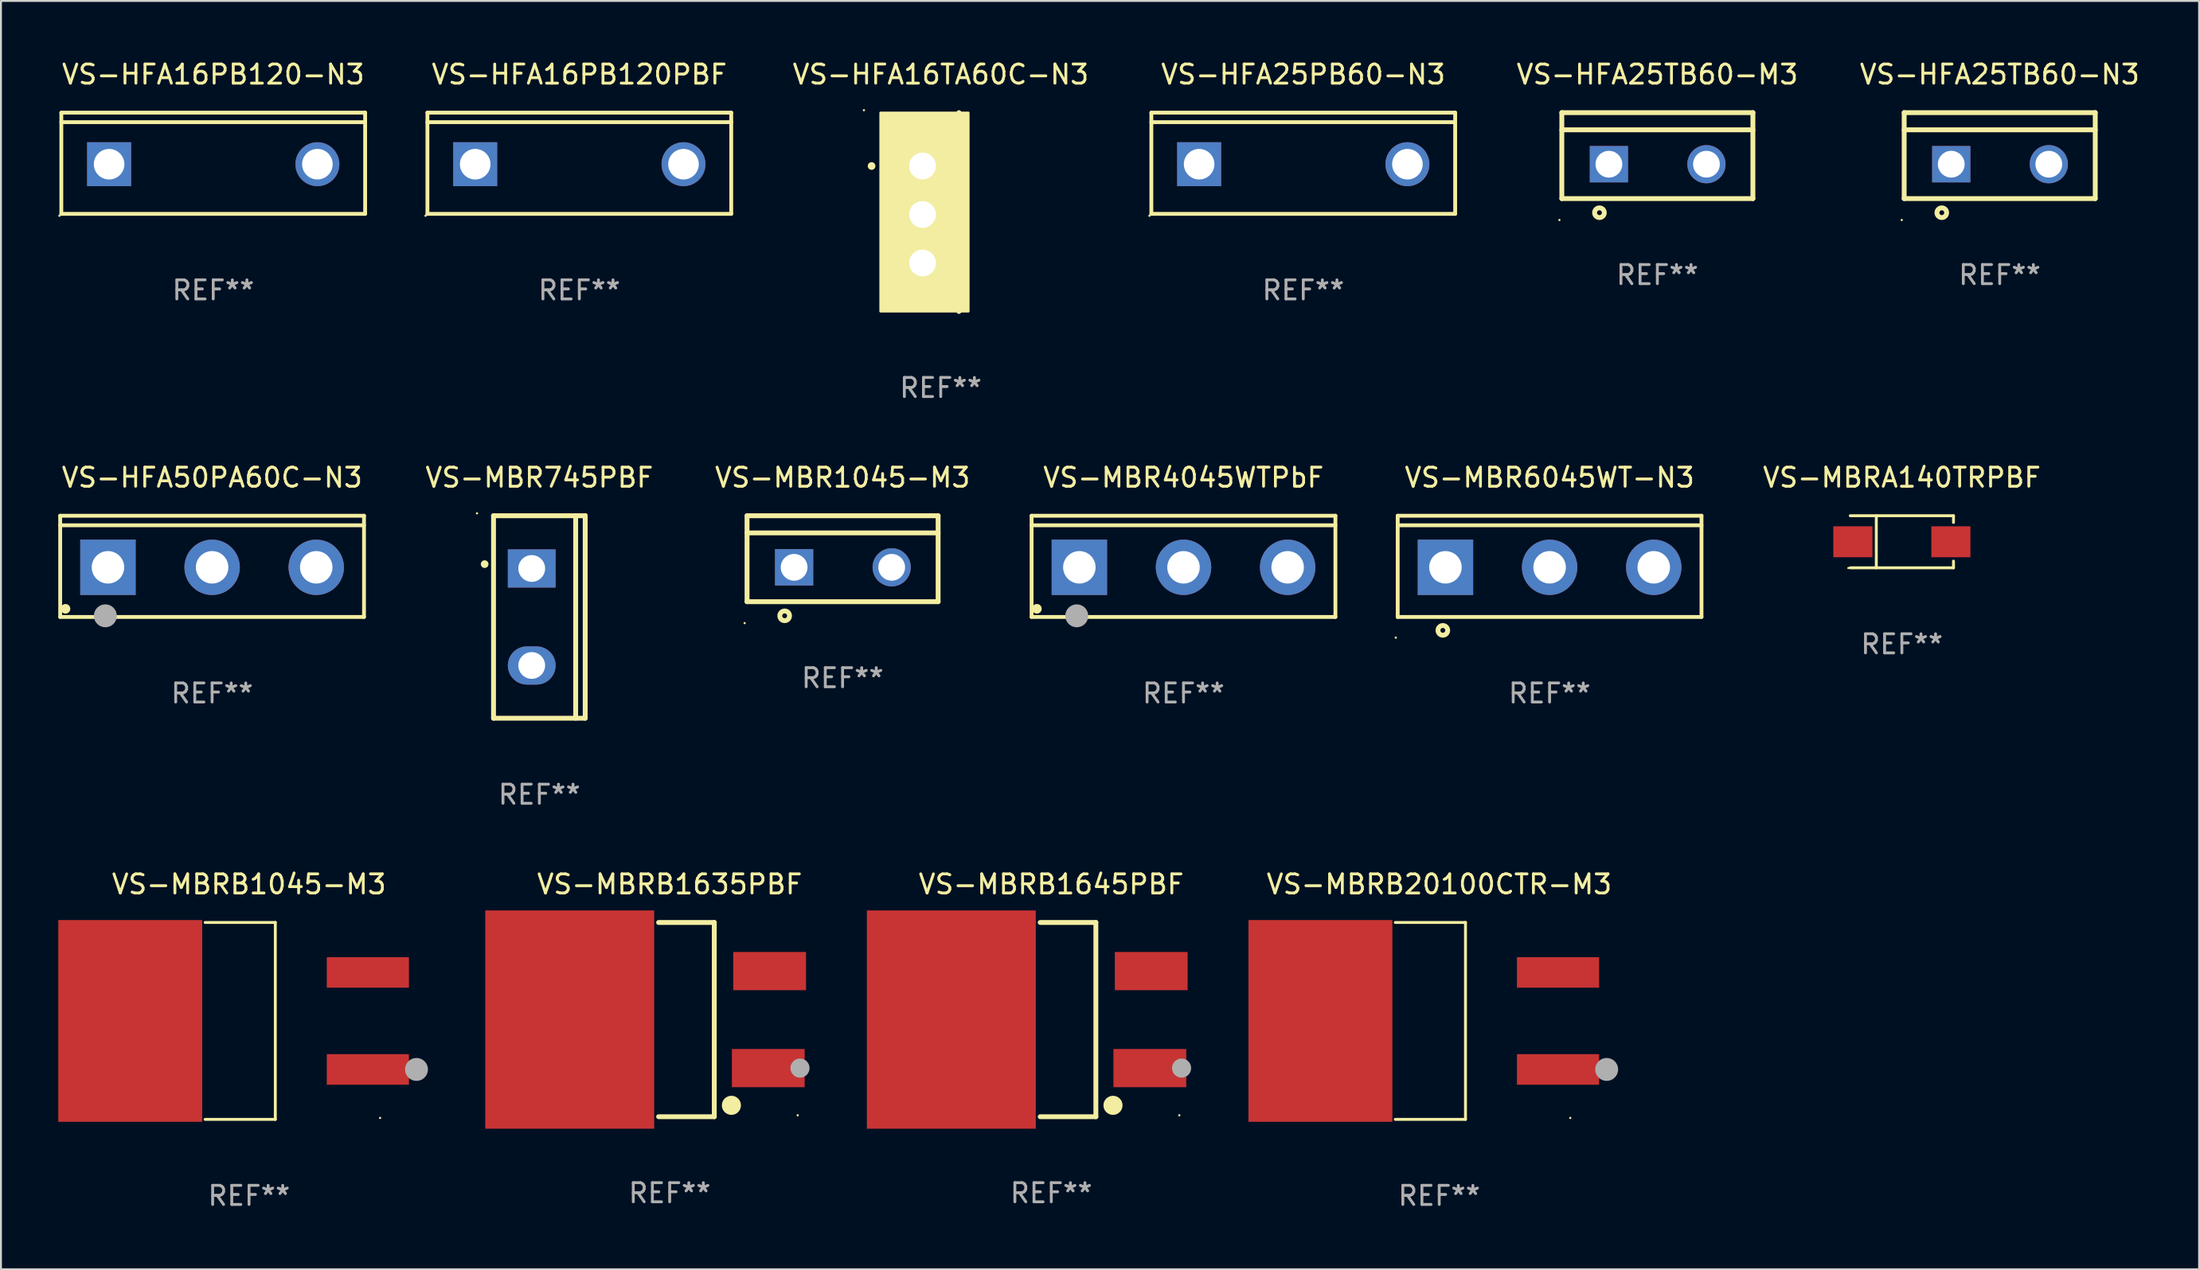
<source format=kicad_pcb>
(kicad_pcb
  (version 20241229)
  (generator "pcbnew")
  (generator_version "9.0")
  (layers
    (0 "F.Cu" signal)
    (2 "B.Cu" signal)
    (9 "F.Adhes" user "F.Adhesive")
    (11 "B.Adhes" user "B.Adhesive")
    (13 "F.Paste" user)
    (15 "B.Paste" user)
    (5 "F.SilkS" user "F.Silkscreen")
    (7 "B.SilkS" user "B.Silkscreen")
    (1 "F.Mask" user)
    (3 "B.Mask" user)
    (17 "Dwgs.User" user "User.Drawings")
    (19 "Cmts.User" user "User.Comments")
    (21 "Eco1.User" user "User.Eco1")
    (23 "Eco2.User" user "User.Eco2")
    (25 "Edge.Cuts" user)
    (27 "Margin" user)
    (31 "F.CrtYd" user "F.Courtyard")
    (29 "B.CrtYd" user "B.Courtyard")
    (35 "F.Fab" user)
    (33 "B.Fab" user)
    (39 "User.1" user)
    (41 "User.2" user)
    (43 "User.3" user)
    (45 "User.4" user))
  (footprint "VS-MBRB1045-M3"
    (layer "F.Cu")
    (at 9.984 50.414)
    (property "Reference" "VS-MBRB1045-M3" (at 0 -7.156 0) (layer "F.SilkS") (effects (font (size 1 1) (thickness 0.15))))
    (attr through_hole)
    (fp_line (start -2.3 -5.156) (end 1.374 -5.156) (stroke (width 0.152) (type solid)) (layer "F.SilkS"))
    (fp_line (start -2.3 5.156) (end 1.374 5.156) (stroke (width 0.152) (type solid)) (layer "F.SilkS"))
    (fp_line (start 1.374 5.156) (end 1.374 -5.156) (stroke (width 0.152) (type solid)) (layer "F.SilkS"))
    (fp_circle (center 6.858 5.08) (end 6.888 5.08) (stroke (width 0.06) (type solid)) (fill no) (layer "F.SilkS"))
    (fp_circle (center 8.763 2.54) (end 9.063 2.54) (stroke (width 0.6) (type solid)) (fill no) (layer "F.Fab"))
    (fp_text user "REF**" (at 0 9.156 0) (layer "F.Fab") (effects (font (size 1 1) (thickness 0.15))))
    (pad "1" smd rect (at 6.218 2.54 180) (size 4.3 1.6) (layers "F.Cu" "F.Mask" "F.Paste"))
    (pad "2" smd rect (at -6.218 0 180) (size 7.532 10.566) (layers "F.Cu" "F.Mask" "F.Paste"))
    (pad "3" smd rect (at 6.218 -2.54 180) (size 4.3 1.6) (layers "F.Cu" "F.Mask" "F.Paste")))
  (footprint "VS-MBR1045-M3"
    (layer "F.Cu")
    (at 41.047 26.209)
    (property "Reference" "VS-MBR1045-M3" (at 0 -4.25 0) (layer "F.SilkS") (effects (font (size 1 1) (thickness 0.15))))
    (attr through_hole)
    (fp_line (start -5 -2.25) (end 5 -2.25) (stroke (width 0.254) (type solid)) (layer "F.SilkS"))
    (fp_line (start -5 -1.351) (end 5 -1.351) (stroke (width 0.254) (type solid)) (layer "F.SilkS"))
    (fp_line (start -5 2.25) (end -5 -2.25) (stroke (width 0.254) (type solid)) (layer "F.SilkS"))
    (fp_line (start -5 2.25) (end 5 2.25) (stroke (width 0.254) (type solid)) (layer "F.SilkS"))
    (fp_line (start 5 2.25) (end 5 -2.25) (stroke (width 0.254) (type solid)) (layer "F.SilkS"))
    (fp_circle (center -5.127 3.371) (end -5.097 3.371) (stroke (width 0.06) (type solid)) (fill no) (layer "F.SilkS"))
    (fp_circle (center -3.031 2.99) (end -2.777 2.99) (stroke (width 0.254) (type solid)) (fill no) (layer "F.SilkS"))
    (fp_text user "REF**" (at 0 6.25 0) (layer "F.Fab") (effects (font (size 1 1) (thickness 0.15))))
    (pad "1" thru_hole rect (at -2.536 0.45 90) (size 1.905 2) (drill 1.4) (layers "*.Cu" "*.Mask"))
    (pad "3" thru_hole circle (at 2.569 0.45) (size 2 2) (drill 1.4) (layers "*.Cu" "*.Mask")))
  (footprint "VS-MBRB1635PBF"
    (layer "F.Cu")
    (at 31.998 50.344)
    (property "Reference" "VS-MBRB1635PBF" (at 0 -7.086 0) (layer "F.SilkS") (effects (font (size 1 1) (thickness 0.15))))
    (attr through_hole)
    (fp_line (start 2.334 -5.086) (end -0.58 -5.086) (stroke (width 0.254) (type solid)) (layer "F.SilkS"))
    (fp_line (start 2.334 -5.086) (end 2.334 5.086) (stroke (width 0.254) (type solid)) (layer "F.SilkS"))
    (fp_line (start 2.334 5.086) (end -0.58 5.086) (stroke (width 0.254) (type solid)) (layer "F.SilkS"))
    (fp_circle (center 3.23 4.49) (end 3.48 4.49) (stroke (width 0.5) (type solid)) (fill no) (layer "F.SilkS"))
    (fp_circle (center 6.7 5.01) (end 6.73 5.01) (stroke (width 0.06) (type solid)) (fill no) (layer "F.SilkS"))
    (fp_circle (center 6.82 2.54) (end 7.07 2.54) (stroke (width 0.5) (type solid)) (fill no) (layer "F.Fab"))
    (fp_text user "REF**" (at 0 9.086 0) (layer "F.Fab") (effects (font (size 1 1) (thickness 0.15))))
    (pad "1" smd rect (at 5.16 2.54) (size 3.81 2) (layers "F.Cu" "F.Mask" "F.Paste"))
    (pad "3" smd rect (at 5.231 -2.54) (size 3.81 2) (layers "F.Cu" "F.Mask" "F.Paste"))
    (pad "4" smd rect (at -5.231 0) (size 8.84 11.43) (layers "F.Cu" "F.Mask" "F.Paste")))
  (footprint "VS-MBRA140TRPBF"
    (layer "F.Cu")
    (at 96.486 25.322)
    (property "Reference" "VS-MBRA140TRPBF" (at 0 -3.364 0) (layer "F.SilkS") (effects (font (size 1 1) (thickness 0.15))))
    (attr through_hole)
    (fp_line (start -2.701 -1.364) (end 2.701 -1.364) (stroke (width 0.152) (type solid)) (layer "F.SilkS"))
    (fp_line (start -2.701 1.364) (end 2.701 1.364) (stroke (width 0.152) (type solid)) (layer "F.SilkS"))
    (fp_line (start -1.339 -1.364) (end -1.339 1.364) (stroke (width 0.152) (type solid)) (layer "F.SilkS"))
    (fp_line (start 2.701 -1.364) (end 2.701 -1.013) (stroke (width 0.152) (type solid)) (layer "F.SilkS"))
    (fp_line (start 2.701 1.364) (end 2.701 1.013) (stroke (width 0.152) (type solid)) (layer "F.SilkS"))
    (fp_circle (center -2.8 1.375) (end -2.77 1.375) (stroke (width 0.06) (type solid)) (fill no) (layer "F.SilkS"))
    (fp_text user "REF**" (at 0 5.364 0) (layer "F.Fab") (effects (font (size 1 1) (thickness 0.15))))
    (pad "1" smd rect (at -2.565 -0.000025) (size 2.046 1.62) (layers "F.Cu" "F.Mask" "F.Paste"))
    (pad "2" smd rect (at 2.565 -0.000025) (size 2.046 1.62) (layers "F.Cu" "F.Mask" "F.Paste")))
  (footprint "VS-MBR6045WT-N3"
    (layer "F.Cu")
    (at 78.049 26.609)
    (property "Reference" "VS-MBR6045WT-N3" (at 0 -4.65 0) (layer "F.SilkS") (effects (font (size 1 1) (thickness 0.15))))
    (attr through_hole)
    (fp_line (start -7.95 -2.65) (end -7.95 2.65) (stroke (width 0.2) (type solid)) (layer "F.SilkS"))
    (fp_line (start -7.95 -2.15) (end 7.95 -2.15) (stroke (width 0.2) (type solid)) (layer "F.SilkS"))
    (fp_line (start -7.95 2.65) (end 7.95 2.65) (stroke (width 0.2) (type solid)) (layer "F.SilkS"))
    (fp_line (start 7.95 -2.65) (end -7.95 -2.65) (stroke (width 0.2) (type solid)) (layer "F.SilkS"))
    (fp_line (start 7.95 2.65) (end 7.95 -2.65) (stroke (width 0.2) (type solid)) (layer "F.SilkS"))
    (fp_circle (center -8.05 3.733) (end -8.02 3.733) (stroke (width 0.06) (type solid)) (fill no) (layer "F.SilkS"))
    (fp_circle (center -5.587 3.352) (end -5.333 3.352) (stroke (width 0.254) (type solid)) (fill no) (layer "F.SilkS"))
    (fp_text user "REF**" (at 0 6.65 0) (layer "F.Fab") (effects (font (size 1 1) (thickness 0.15))))
    (pad "1" thru_hole rect (at -5.45 0.05) (size 2.9 2.9) (drill 1.7) (layers "*.Cu" "*.Mask"))
    (pad "2" thru_hole circle (at 0.001 0.05) (size 2.9 2.9) (drill 1.7) (layers "*.Cu" "*.Mask"))
    (pad "3" thru_hole circle (at 5.451 0.05) (size 2.9 2.9) (drill 1.7) (layers "*.Cu" "*.Mask")))
  (footprint "VS-MBRB1645PBF"
    (layer "F.Cu")
    (at 51.969 50.344)
    (property "Reference" "VS-MBRB1645PBF" (at 0 -7.086 0) (layer "F.SilkS") (effects (font (size 1 1) (thickness 0.15))))
    (attr through_hole)
    (fp_line (start 2.334 -5.086) (end -0.58 -5.086) (stroke (width 0.254) (type solid)) (layer "F.SilkS"))
    (fp_line (start 2.334 -5.086) (end 2.334 5.086) (stroke (width 0.254) (type solid)) (layer "F.SilkS"))
    (fp_line (start 2.334 5.086) (end -0.58 5.086) (stroke (width 0.254) (type solid)) (layer "F.SilkS"))
    (fp_circle (center 3.23 4.49) (end 3.48 4.49) (stroke (width 0.5) (type solid)) (fill no) (layer "F.SilkS"))
    (fp_circle (center 6.7 5.01) (end 6.73 5.01) (stroke (width 0.06) (type solid)) (fill no) (layer "F.SilkS"))
    (fp_circle (center 6.82 2.54) (end 7.07 2.54) (stroke (width 0.5) (type solid)) (fill no) (layer "F.Fab"))
    (fp_text user "REF**" (at 0 9.086 0) (layer "F.Fab") (effects (font (size 1 1) (thickness 0.15))))
    (pad "1" smd rect (at 5.16 2.54) (size 3.81 2) (layers "F.Cu" "F.Mask" "F.Paste"))
    (pad "3" smd rect (at 5.231 -2.54) (size 3.81 2) (layers "F.Cu" "F.Mask" "F.Paste"))
    (pad "4" smd rect (at -5.231 0) (size 8.84 11.43) (layers "F.Cu" "F.Mask" "F.Paste")))
  (footprint "VS-HFA16PB120-N3"
    (layer "F.Cu")
    (at 8.11 5.499)
    (property "Reference" "VS-HFA16PB120-N3" (at 0 -4.65 0) (layer "F.SilkS") (effects (font (size 1 1) (thickness 0.15))))
    (attr through_hole)
    (fp_line (start -7.95 -2.65) (end -7.95 2.65) (stroke (width 0.2) (type solid)) (layer "F.SilkS"))
    (fp_line (start -7.95 -2.15) (end 7.95 -2.15) (stroke (width 0.2) (type solid)) (layer "F.SilkS"))
    (fp_line (start -7.95 2.65) (end 7.95 2.65) (stroke (width 0.2) (type solid)) (layer "F.SilkS"))
    (fp_line (start 7.95 -2.65) (end -7.95 -2.65) (stroke (width 0.2) (type solid)) (layer "F.SilkS"))
    (fp_line (start 7.95 2.65) (end 7.95 -2.65) (stroke (width 0.2) (type solid)) (layer "F.SilkS"))
    (fp_circle (center -8.05 2.75) (end -8.02 2.75) (stroke (width 0.06) (type solid)) (fill no) (layer "F.SilkS"))
    (fp_text user "REF**" (at 0 6.65 0) (layer "F.Fab") (effects (font (size 1 1) (thickness 0.15))))
    (pad "1" thru_hole rect (at -5.45 0.05) (size 2.3 2.3) (drill 1.6) (layers "*.Cu" "*.Mask"))
    (pad "2" thru_hole circle (at 5.451 0.05) (size 2.3 2.3) (drill 1.6) (layers "*.Cu" "*.Mask")))
  (footprint "VS-HFA16PB120PBF"
    (layer "F.Cu")
    (at 27.27 5.499)
    (property "Reference" "VS-HFA16PB120PBF" (at 0 -4.65 0) (layer "F.SilkS") (effects (font (size 1 1) (thickness 0.15))))
    (attr through_hole)
    (fp_line (start -7.95 -2.65) (end -7.95 2.65) (stroke (width 0.2) (type solid)) (layer "F.SilkS"))
    (fp_line (start -7.95 -2.15) (end 7.95 -2.15) (stroke (width 0.2) (type solid)) (layer "F.SilkS"))
    (fp_line (start -7.95 2.65) (end 7.95 2.65) (stroke (width 0.2) (type solid)) (layer "F.SilkS"))
    (fp_line (start 7.95 -2.65) (end -7.95 -2.65) (stroke (width 0.2) (type solid)) (layer "F.SilkS"))
    (fp_line (start 7.95 2.65) (end 7.95 -2.65) (stroke (width 0.2) (type solid)) (layer "F.SilkS"))
    (fp_circle (center -8.05 2.75) (end -8.02 2.75) (stroke (width 0.06) (type solid)) (fill no) (layer "F.SilkS"))
    (fp_text user "REF**" (at 0 6.65 0) (layer "F.Fab") (effects (font (size 1 1) (thickness 0.15))))
    (pad "1" thru_hole rect (at -5.45 0.05) (size 2.3 2.3) (drill 1.6) (layers "*.Cu" "*.Mask"))
    (pad "3" thru_hole circle (at 5.451 0.05) (size 2.3 2.3) (drill 1.6) (layers "*.Cu" "*.Mask")))
  (footprint "VS-MBRB20100CTR-M3"
    (layer "F.Cu")
    (at 72.273 50.414)
    (property "Reference" "VS-MBRB20100CTR-M3" (at 0 -7.156 0) (layer "F.SilkS") (effects (font (size 1 1) (thickness 0.15))))
    (attr through_hole)
    (fp_line (start -2.3 -5.156) (end 1.374 -5.156) (stroke (width 0.152) (type solid)) (layer "F.SilkS"))
    (fp_line (start -2.3 5.156) (end 1.374 5.156) (stroke (width 0.152) (type solid)) (layer "F.SilkS"))
    (fp_line (start 1.374 5.156) (end 1.374 -5.156) (stroke (width 0.152) (type solid)) (layer "F.SilkS"))
    (fp_circle (center 6.858 5.08) (end 6.888 5.08) (stroke (width 0.06) (type solid)) (fill no) (layer "F.SilkS"))
    (fp_circle (center 8.763 2.54) (end 9.063 2.54) (stroke (width 0.6) (type solid)) (fill no) (layer "F.Fab"))
    (fp_text user "REF**" (at 0 9.156 0) (layer "F.Fab") (effects (font (size 1 1) (thickness 0.15))))
    (pad "1" smd rect (at 6.218 2.54 180) (size 4.3 1.6) (layers "F.Cu" "F.Mask" "F.Paste"))
    (pad "2" smd rect (at -6.218 0 180) (size 7.532 10.566) (layers "F.Cu" "F.Mask" "F.Paste"))
    (pad "3" smd rect (at 6.218 -2.54 180) (size 4.3 1.6) (layers "F.Cu" "F.Mask" "F.Paste")))
  (footprint "VS-HFA50PA60C-N3"
    (layer "F.Cu")
    (at 8.05 26.609)
    (property "Reference" "VS-HFA50PA60C-N3" (at 0 -4.65 0) (layer "F.SilkS") (effects (font (size 1 1) (thickness 0.15))))
    (attr through_hole)
    (fp_line (start -7.95 -2.65) (end -7.95 2.65) (stroke (width 0.2) (type solid)) (layer "F.SilkS"))
    (fp_line (start -7.95 -2.15) (end 7.95 -2.15) (stroke (width 0.2) (type solid)) (layer "F.SilkS"))
    (fp_line (start -7.95 2.65) (end 7.95 2.65) (stroke (width 0.2) (type solid)) (layer "F.SilkS"))
    (fp_line (start 7.95 -2.65) (end -7.95 -2.65) (stroke (width 0.2) (type solid)) (layer "F.SilkS"))
    (fp_line (start 7.95 2.65) (end 7.95 -2.65) (stroke (width 0.2) (type solid)) (layer "F.SilkS"))
    (fp_circle (center -7.672 2.223) (end -7.545 2.223) (stroke (width 0.254) (type solid)) (fill no) (layer "F.SilkS"))
    (fp_circle (center -5.587 2.59) (end -5.287 2.59) (stroke (width 0.6) (type solid)) (fill no) (layer "F.Fab"))
    (fp_text user "REF**" (at 0 6.65 0) (layer "F.Fab") (effects (font (size 1 1) (thickness 0.15))))
    (pad "1" thru_hole rect (at -5.45 0.05) (size 2.9 2.9) (drill 1.7) (layers "*.Cu" "*.Mask"))
    (pad "2" thru_hole circle (at 0.001 0.05) (size 2.9 2.9) (drill 1.7) (layers "*.Cu" "*.Mask"))
    (pad "3" thru_hole circle (at 5.451 0.05) (size 2.9 2.9) (drill 1.7) (layers "*.Cu" "*.Mask")))
  (footprint "VS-MBR4045WTPbF"
    (layer "F.Cu")
    (at 58.889 26.609)
    (property "Reference" "VS-MBR4045WTPbF" (at 0 -4.65 0) (layer "F.SilkS") (effects (font (size 1 1) (thickness 0.15))))
    (attr through_hole)
    (fp_line (start -7.95 -2.65) (end -7.95 2.65) (stroke (width 0.2) (type solid)) (layer "F.SilkS"))
    (fp_line (start -7.95 -2.15) (end 7.95 -2.15) (stroke (width 0.2) (type solid)) (layer "F.SilkS"))
    (fp_line (start -7.95 2.65) (end 7.95 2.65) (stroke (width 0.2) (type solid)) (layer "F.SilkS"))
    (fp_line (start 7.95 -2.65) (end -7.95 -2.65) (stroke (width 0.2) (type solid)) (layer "F.SilkS"))
    (fp_line (start 7.95 2.65) (end 7.95 -2.65) (stroke (width 0.2) (type solid)) (layer "F.SilkS"))
    (fp_circle (center -7.672 2.223) (end -7.545 2.223) (stroke (width 0.254) (type solid)) (fill no) (layer "F.SilkS"))
    (fp_circle (center -5.587 2.59) (end -5.287 2.59) (stroke (width 0.6) (type solid)) (fill no) (layer "F.Fab"))
    (fp_text user "REF**" (at 0 6.65 0) (layer "F.Fab") (effects (font (size 1 1) (thickness 0.15))))
    (pad "1" thru_hole rect (at -5.45 0.05) (size 2.9 2.9) (drill 1.7) (layers "*.Cu" "*.Mask"))
    (pad "2" thru_hole circle (at 0.001 0.05) (size 2.9 2.9) (drill 1.7) (layers "*.Cu" "*.Mask"))
    (pad "3" thru_hole circle (at 5.451 0.05) (size 2.9 2.9) (drill 1.7) (layers "*.Cu" "*.Mask")))
  (footprint "VS-MBR745PBF"
    (layer "F.Cu")
    (at 25.178 29.26)
    (property "Reference" "VS-MBR745PBF" (at 0 -7.301 0) (layer "F.SilkS") (effects (font (size 1 1) (thickness 0.15))))
    (attr through_hole)
    (fp_line (start -2.399 -5.301) (end 2.394 -5.301) (stroke (width 0.254) (type solid)) (layer "F.SilkS"))
    (fp_line (start -2.399 5.301) (end -2.399 -5.301) (stroke (width 0.254) (type solid)) (layer "F.SilkS"))
    (fp_line (start 1.9 5.3) (end 1.9 -5.3) (stroke (width 0.254) (type solid)) (layer "F.SilkS"))
    (fp_line (start 2.394 -5.301) (end 2.399 -5.301) (stroke (width 0.254) (type solid)) (layer "F.SilkS"))
    (fp_line (start 2.399 -5.301) (end 2.399 5.301) (stroke (width 0.254) (type solid)) (layer "F.SilkS"))
    (fp_line (start 2.399 5.301) (end -2.399 5.301) (stroke (width 0.254) (type solid)) (layer "F.SilkS"))
    (fp_arc (start -2.863843 -2.766066) (mid -2.863847 -2.767336) (end -2.863843 -2.768606) (stroke (width 0.4) (type solid)) (layer "F.SilkS"))
    (fp_circle (center -3.264 -5.428) (end -3.234 -5.428) (stroke (width 0.06) (type solid)) (fill no) (layer "F.SilkS"))
    (fp_text user "REF**" (at 0 9.301 0) (layer "F.Fab") (effects (font (size 1 1) (thickness 0.15))))
    (pad "1" thru_hole rect (at -0.4 -2.54 270) (size 2 2.5) (drill 1.4) (layers "*.Cu" "*.Mask"))
    (pad "2" thru_hole oval (at -0.4 2.54 270) (size 2 2.5) (drill 1.4) (layers "*.Cu" "*.Mask")))
  (footprint "VS-HFA25PB60-N3"
    (layer "F.Cu")
    (at 65.157 5.499)
    (property "Reference" "VS-HFA25PB60-N3" (at 0 -4.65 0) (layer "F.SilkS") (effects (font (size 1 1) (thickness 0.15))))
    (attr through_hole)
    (fp_line (start -7.95 -2.65) (end -7.95 2.65) (stroke (width 0.2) (type solid)) (layer "F.SilkS"))
    (fp_line (start -7.95 -2.15) (end 7.95 -2.15) (stroke (width 0.2) (type solid)) (layer "F.SilkS"))
    (fp_line (start -7.95 2.65) (end 7.95 2.65) (stroke (width 0.2) (type solid)) (layer "F.SilkS"))
    (fp_line (start 7.95 -2.65) (end -7.95 -2.65) (stroke (width 0.2) (type solid)) (layer "F.SilkS"))
    (fp_line (start 7.95 2.65) (end 7.95 -2.65) (stroke (width 0.2) (type solid)) (layer "F.SilkS"))
    (fp_circle (center -8.05 2.75) (end -8.02 2.75) (stroke (width 0.06) (type solid)) (fill no) (layer "F.SilkS"))
    (fp_text user "REF**" (at 0 6.65 0) (layer "F.Fab") (effects (font (size 1 1) (thickness 0.15))))
    (pad "1" thru_hole rect (at -5.45 0.05) (size 2.3 2.3) (drill 1.6) (layers "*.Cu" "*.Mask"))
    (pad "3" thru_hole circle (at 5.451 0.05) (size 2.3 2.3) (drill 1.6) (layers "*.Cu" "*.Mask")))
  (footprint "VS-HFA25TB60-M3"
    (layer "F.Cu")
    (at 83.689 5.099)
    (property "Reference" "VS-HFA25TB60-M3" (at 0 -4.25 0) (layer "F.SilkS") (effects (font (size 1 1) (thickness 0.15))))
    (attr through_hole)
    (fp_line (start -5 -2.25) (end 5 -2.25) (stroke (width 0.254) (type solid)) (layer "F.SilkS"))
    (fp_line (start -5 -1.351) (end 5 -1.351) (stroke (width 0.254) (type solid)) (layer "F.SilkS"))
    (fp_line (start -5 2.25) (end -5 -2.25) (stroke (width 0.254) (type solid)) (layer "F.SilkS"))
    (fp_line (start -5 2.25) (end 5 2.25) (stroke (width 0.254) (type solid)) (layer "F.SilkS"))
    (fp_line (start 5 2.25) (end 5 -2.25) (stroke (width 0.254) (type solid)) (layer "F.SilkS"))
    (fp_circle (center -5.127 3.371) (end -5.097 3.371) (stroke (width 0.06) (type solid)) (fill no) (layer "F.SilkS"))
    (fp_circle (center -3.031 2.99) (end -2.777 2.99) (stroke (width 0.254) (type solid)) (fill no) (layer "F.SilkS"))
    (fp_text user "REF**" (at 0 6.25 0) (layer "F.Fab") (effects (font (size 1 1) (thickness 0.15))))
    (pad "1" thru_hole rect (at -2.536 0.45 90) (size 1.905 2) (drill 1.4) (layers "*.Cu" "*.Mask"))
    (pad "3" thru_hole circle (at 2.569 0.45) (size 2 2) (drill 1.4) (layers "*.Cu" "*.Mask")))
  (footprint "VS-HFA25TB60-N3"
    (layer "F.Cu")
    (at 101.606 5.099)
    (property "Reference" "VS-HFA25TB60-N3" (at 0 -4.25 0) (layer "F.SilkS") (effects (font (size 1 1) (thickness 0.15))))
    (attr through_hole)
    (fp_line (start -5 -2.25) (end 5 -2.25) (stroke (width 0.254) (type solid)) (layer "F.SilkS"))
    (fp_line (start -5 -1.351) (end 5 -1.351) (stroke (width 0.254) (type solid)) (layer "F.SilkS"))
    (fp_line (start -5 2.25) (end -5 -2.25) (stroke (width 0.254) (type solid)) (layer "F.SilkS"))
    (fp_line (start -5 2.25) (end 5 2.25) (stroke (width 0.254) (type solid)) (layer "F.SilkS"))
    (fp_line (start 5 2.25) (end 5 -2.25) (stroke (width 0.254) (type solid)) (layer "F.SilkS"))
    (fp_circle (center -5.127 3.371) (end -5.097 3.371) (stroke (width 0.06) (type solid)) (fill no) (layer "F.SilkS"))
    (fp_circle (center -3.031 2.99) (end -2.777 2.99) (stroke (width 0.254) (type solid)) (fill no) (layer "F.SilkS"))
    (fp_text user "REF**" (at 0 6.25 0) (layer "F.Fab") (effects (font (size 1 1) (thickness 0.15))))
    (pad "1" thru_hole rect (at -2.536 0.45 90) (size 1.905 2) (drill 1.4) (layers "*.Cu" "*.Mask"))
    (pad "3" thru_hole circle (at 2.569 0.45) (size 2 2) (drill 1.4) (layers "*.Cu" "*.Mask")))
  (footprint "VS-HFA16TA60C-N3"
    (layer "F.Cu")
    (at 46.184 8.055)
    (property "Reference" "VS-HFA16TA60C-N3" (at 0 -7.207 0) (layer "F.SilkS") (effects (font (size 1 1) (thickness 0.15))))
    (attr through_hole)
    (fp_line (start 0.953 5.207) (end 0.953 -5.207) (stroke (width 0.254) (type solid)) (layer "F.SilkS"))
    (fp_arc (start -3.619507 -2.410465) (mid -3.619511 -2.411735) (end -3.619507 -2.413005) (stroke (width 0.4) (type solid)) (layer "F.SilkS"))
    (fp_circle (center -4.02 -5.334) (end -3.99 -5.334) (stroke (width 0.06) (type solid)) (fill no) (layer "F.SilkS"))
    (fp_poly (pts (xy -3.152 -5.2) (xy 1.448 -5.2) (xy 1.448 5.2) (xy -3.152 5.2)) (stroke (width 0.12) (type solid)) (fill yes) (layer "F.SilkS"))
    (fp_text user "REF**" (at 0 9.207 0) (layer "F.Fab") (effects (font (size 1 1) (thickness 0.15))))
    (pad "1" thru_hole rect (at -0.953 -2.413 270) (size 2 2.5) (drill 1.4) (layers "*.Cu" "*.Mask"))
    (pad "2" thru_hole oval (at -0.953 0.127 270) (size 2 2.5) (drill 1.4) (layers "*.Cu" "*.Mask"))
    (pad "3" thru_hole oval (at -0.953 2.667 270) (size 2 2.5) (drill 1.4) (layers "*.Cu" "*.Mask")))
  (gr_rect
    (start -3 -3)
    (end 112.04 63.418)
    (stroke (width 0.1) (type default))
    (fill no)
    (layer "Edge.Cuts")))
</source>
